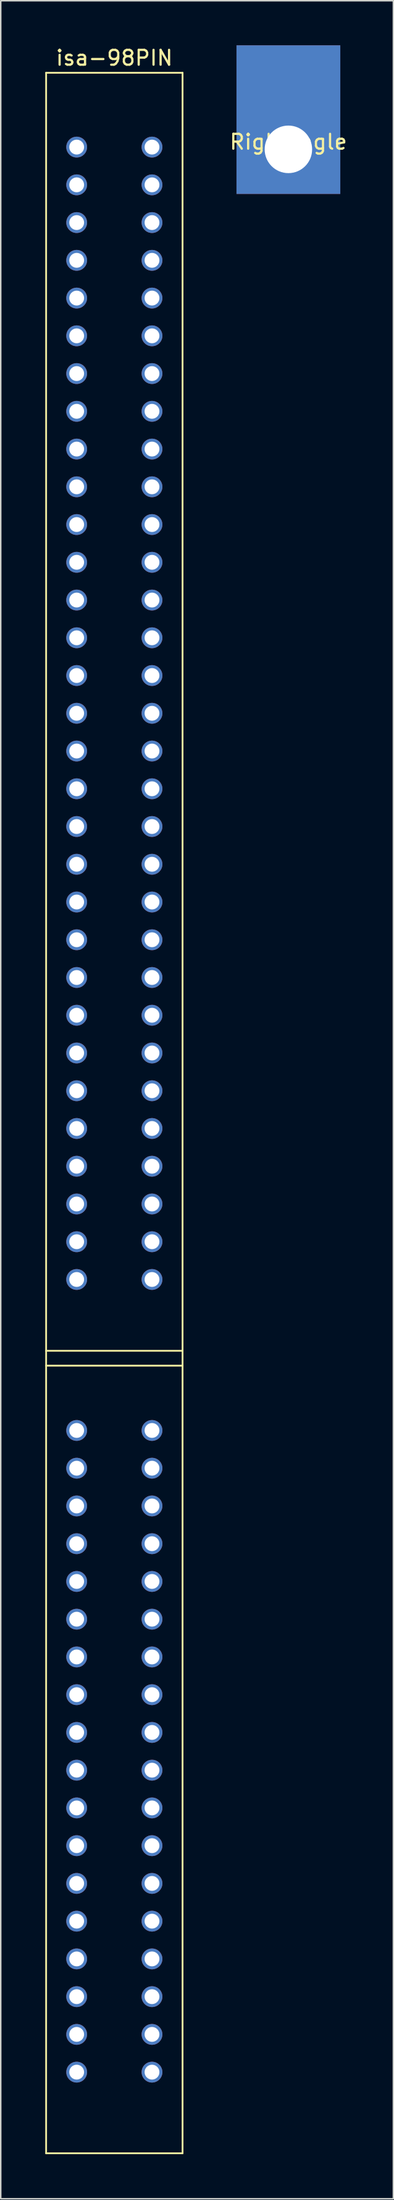
<source format=kicad_pcb>
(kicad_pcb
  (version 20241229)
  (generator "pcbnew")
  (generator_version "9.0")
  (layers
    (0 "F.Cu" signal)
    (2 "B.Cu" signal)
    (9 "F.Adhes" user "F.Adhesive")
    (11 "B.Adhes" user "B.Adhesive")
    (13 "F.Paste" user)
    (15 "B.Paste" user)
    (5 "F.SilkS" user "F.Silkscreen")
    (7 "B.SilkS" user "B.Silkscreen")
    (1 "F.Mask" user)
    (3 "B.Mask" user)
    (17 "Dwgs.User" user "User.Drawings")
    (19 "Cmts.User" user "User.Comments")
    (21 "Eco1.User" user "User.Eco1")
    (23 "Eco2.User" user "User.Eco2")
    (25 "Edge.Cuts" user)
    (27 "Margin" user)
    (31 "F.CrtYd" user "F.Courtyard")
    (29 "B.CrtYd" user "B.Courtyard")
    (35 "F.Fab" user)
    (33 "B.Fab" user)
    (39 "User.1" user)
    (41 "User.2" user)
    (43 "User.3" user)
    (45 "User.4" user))
  (footprint "RightAngle"
    (layer "F.Cu")
    (at 16.397 7)
    (property "Reference" "RightAngle" (at 0 -0.5 0) (unlocked yes) (layer "F.SilkS") (effects (font (size 1 1) (thickness 0.15))))
    (attr smd)
    (pad "1" thru_hole rect (at 0 0) (size 7 10) (drill 3.2 (offset 0 -2)) (layers "*.Cu" "*.Mask")))
  (footprint "isa-98PIN"
    (layer "F.Cu")
    (at 4.66 6.848)
    (property "Reference" "isa-98PIN" (at 0 -6 0) (layer "F.SilkS") (effects (font (size 1 1) (thickness 0.15))))
    (attr through_hole)
    (fp_line (start -4.6 -5) (end -4.6 135) (stroke (width 0.12) (type solid)) (layer "F.SilkS"))
    (fp_line (start -4.6 81) (end 4.6 81) (stroke (width 0.12) (type solid)) (layer "F.SilkS"))
    (fp_line (start -4.6 135) (end 4.6 135) (stroke (width 0.12) (type solid)) (layer "F.SilkS"))
    (fp_line (start 4.6 -5) (end -4.6 -5) (stroke (width 0.12) (type solid)) (layer "F.SilkS"))
    (fp_line (start 4.6 82) (end -4.6 82) (stroke (width 0.12) (type solid)) (layer "F.SilkS"))
    (fp_line (start 4.6 135) (end 4.6 -5) (stroke (width 0.12) (type solid)) (layer "F.SilkS"))
    (pad "1" thru_hole circle (at -2.54 0) (size 1.4 1.4) (drill 1) (layers "*.Cu" "*.Mask"))
    (pad "2" thru_hole circle (at -2.54 2.54) (size 1.4 1.4) (drill 1) (layers "*.Cu" "*.Mask"))
    (pad "3" thru_hole circle (at -2.54 5.08) (size 1.4 1.4) (drill 1) (layers "*.Cu" "*.Mask"))
    (pad "4" thru_hole circle (at -2.54 7.62) (size 1.4 1.4) (drill 1) (layers "*.Cu" "*.Mask"))
    (pad "5" thru_hole circle (at -2.54 10.16) (size 1.4 1.4) (drill 1) (layers "*.Cu" "*.Mask"))
    (pad "6" thru_hole circle (at -2.54 12.7) (size 1.4 1.4) (drill 1) (layers "*.Cu" "*.Mask"))
    (pad "7" thru_hole circle (at -2.54 15.24) (size 1.4 1.4) (drill 1) (layers "*.Cu" "*.Mask"))
    (pad "8" thru_hole circle (at -2.54 17.78) (size 1.4 1.4) (drill 1) (layers "*.Cu" "*.Mask"))
    (pad "9" thru_hole circle (at -2.54 20.32) (size 1.4 1.4) (drill 1) (layers "*.Cu" "*.Mask"))
    (pad "10" thru_hole circle (at -2.54 22.86) (size 1.4 1.4) (drill 1) (layers "*.Cu" "*.Mask"))
    (pad "11" thru_hole circle (at -2.54 25.4) (size 1.4 1.4) (drill 1) (layers "*.Cu" "*.Mask"))
    (pad "12" thru_hole circle (at -2.54 27.94) (size 1.4 1.4) (drill 1) (layers "*.Cu" "*.Mask"))
    (pad "13" thru_hole circle (at -2.54 30.48) (size 1.4 1.4) (drill 1) (layers "*.Cu" "*.Mask"))
    (pad "14" thru_hole circle (at -2.54 33.02) (size 1.4 1.4) (drill 1) (layers "*.Cu" "*.Mask"))
    (pad "15" thru_hole circle (at -2.54 35.56) (size 1.4 1.4) (drill 1) (layers "*.Cu" "*.Mask"))
    (pad "16" thru_hole circle (at -2.54 38.1) (size 1.4 1.4) (drill 1) (layers "*.Cu" "*.Mask"))
    (pad "17" thru_hole circle (at -2.54 40.64) (size 1.4 1.4) (drill 1) (layers "*.Cu" "*.Mask"))
    (pad "18" thru_hole circle (at -2.54 43.18) (size 1.4 1.4) (drill 1) (layers "*.Cu" "*.Mask"))
    (pad "19" thru_hole circle (at -2.54 45.72) (size 1.4 1.4) (drill 1) (layers "*.Cu" "*.Mask"))
    (pad "20" thru_hole circle (at -2.54 48.26) (size 1.4 1.4) (drill 1) (layers "*.Cu" "*.Mask"))
    (pad "21" thru_hole circle (at -2.54 50.8) (size 1.4 1.4) (drill 1) (layers "*.Cu" "*.Mask"))
    (pad "22" thru_hole circle (at -2.54 53.34) (size 1.4 1.4) (drill 1) (layers "*.Cu" "*.Mask"))
    (pad "23" thru_hole circle (at -2.54 55.88) (size 1.4 1.4) (drill 1) (layers "*.Cu" "*.Mask"))
    (pad "24" thru_hole circle (at -2.54 58.42) (size 1.4 1.4) (drill 1) (layers "*.Cu" "*.Mask"))
    (pad "25" thru_hole circle (at -2.54 60.96) (size 1.4 1.4) (drill 1) (layers "*.Cu" "*.Mask"))
    (pad "26" thru_hole circle (at -2.54 63.5) (size 1.4 1.4) (drill 1) (layers "*.Cu" "*.Mask"))
    (pad "27" thru_hole circle (at -2.54 66.04) (size 1.4 1.4) (drill 1) (layers "*.Cu" "*.Mask"))
    (pad "28" thru_hole circle (at -2.54 68.58) (size 1.4 1.4) (drill 1) (layers "*.Cu" "*.Mask"))
    (pad "29" thru_hole circle (at -2.54 71.12) (size 1.4 1.4) (drill 1) (layers "*.Cu" "*.Mask"))
    (pad "30" thru_hole circle (at -2.54 73.66) (size 1.4 1.4) (drill 1) (layers "*.Cu" "*.Mask"))
    (pad "31" thru_hole circle (at -2.54 76.2) (size 1.4 1.4) (drill 1) (layers "*.Cu" "*.Mask"))
    (pad "32" thru_hole circle (at 2.54 0) (size 1.4 1.4) (drill 1) (layers "*.Cu" "*.Mask"))
    (pad "33" thru_hole circle (at 2.54 2.54) (size 1.4 1.4) (drill 1) (layers "*.Cu" "*.Mask"))
    (pad "34" thru_hole circle (at 2.54 5.08) (size 1.4 1.4) (drill 1) (layers "*.Cu" "*.Mask"))
    (pad "35" thru_hole circle (at 2.54 7.62) (size 1.4 1.4) (drill 1) (layers "*.Cu" "*.Mask"))
    (pad "36" thru_hole circle (at 2.54 10.16) (size 1.4 1.4) (drill 1) (layers "*.Cu" "*.Mask"))
    (pad "37" thru_hole circle (at 2.54 12.7) (size 1.4 1.4) (drill 1) (layers "*.Cu" "*.Mask"))
    (pad "38" thru_hole circle (at 2.54 15.24) (size 1.4 1.4) (drill 1) (layers "*.Cu" "*.Mask"))
    (pad "39" thru_hole circle (at 2.54 17.78) (size 1.4 1.4) (drill 1) (layers "*.Cu" "*.Mask"))
    (pad "40" thru_hole circle (at 2.54 20.32) (size 1.4 1.4) (drill 1) (layers "*.Cu" "*.Mask"))
    (pad "41" thru_hole circle (at 2.54 22.86) (size 1.4 1.4) (drill 1) (layers "*.Cu" "*.Mask"))
    (pad "42" thru_hole circle (at 2.54 25.4) (size 1.4 1.4) (drill 1) (layers "*.Cu" "*.Mask"))
    (pad "43" thru_hole circle (at 2.54 27.94) (size 1.4 1.4) (drill 1) (layers "*.Cu" "*.Mask"))
    (pad "44" thru_hole circle (at 2.54 30.48) (size 1.4 1.4) (drill 1) (layers "*.Cu" "*.Mask"))
    (pad "45" thru_hole circle (at 2.54 33.02) (size 1.4 1.4) (drill 1) (layers "*.Cu" "*.Mask"))
    (pad "46" thru_hole circle (at 2.54 35.56) (size 1.4 1.4) (drill 1) (layers "*.Cu" "*.Mask"))
    (pad "47" thru_hole circle (at 2.54 38.1) (size 1.4 1.4) (drill 1) (layers "*.Cu" "*.Mask"))
    (pad "48" thru_hole circle (at 2.54 40.64) (size 1.4 1.4) (drill 1) (layers "*.Cu" "*.Mask"))
    (pad "49" thru_hole circle (at 2.54 43.18) (size 1.4 1.4) (drill 1) (layers "*.Cu" "*.Mask"))
    (pad "50" thru_hole circle (at 2.54 45.72) (size 1.4 1.4) (drill 1) (layers "*.Cu" "*.Mask"))
    (pad "51" thru_hole circle (at 2.54 48.26) (size 1.4 1.4) (drill 1) (layers "*.Cu" "*.Mask"))
    (pad "52" thru_hole circle (at 2.54 50.8) (size 1.4 1.4) (drill 1) (layers "*.Cu" "*.Mask"))
    (pad "53" thru_hole circle (at 2.54 53.34) (size 1.4 1.4) (drill 1) (layers "*.Cu" "*.Mask"))
    (pad "54" thru_hole circle (at 2.54 55.88) (size 1.4 1.4) (drill 1) (layers "*.Cu" "*.Mask"))
    (pad "55" thru_hole circle (at 2.54 58.42) (size 1.4 1.4) (drill 1) (layers "*.Cu" "*.Mask"))
    (pad "56" thru_hole circle (at 2.54 60.96) (size 1.4 1.4) (drill 1) (layers "*.Cu" "*.Mask"))
    (pad "57" thru_hole circle (at 2.54 63.5) (size 1.4 1.4) (drill 1) (layers "*.Cu" "*.Mask"))
    (pad "58" thru_hole circle (at 2.54 66.04) (size 1.4 1.4) (drill 1) (layers "*.Cu" "*.Mask"))
    (pad "59" thru_hole circle (at 2.54 68.58) (size 1.4 1.4) (drill 1) (layers "*.Cu" "*.Mask"))
    (pad "60" thru_hole circle (at 2.54 71.12) (size 1.4 1.4) (drill 1) (layers "*.Cu" "*.Mask"))
    (pad "61" thru_hole circle (at 2.54 73.66) (size 1.4 1.4) (drill 1) (layers "*.Cu" "*.Mask"))
    (pad "62" thru_hole circle (at 2.54 76.2) (size 1.4 1.4) (drill 1) (layers "*.Cu" "*.Mask"))
    (pad "63" thru_hole circle (at -2.54 86.36) (size 1.4 1.4) (drill 1) (layers "*.Cu" "*.Mask"))
    (pad "64" thru_hole circle (at -2.54 88.9) (size 1.4 1.4) (drill 1) (layers "*.Cu" "*.Mask"))
    (pad "65" thru_hole circle (at -2.54 91.44) (size 1.4 1.4) (drill 1) (layers "*.Cu" "*.Mask"))
    (pad "66" thru_hole circle (at -2.54 93.98) (size 1.4 1.4) (drill 1) (layers "*.Cu" "*.Mask"))
    (pad "67" thru_hole circle (at -2.54 96.52) (size 1.4 1.4) (drill 1) (layers "*.Cu" "*.Mask"))
    (pad "68" thru_hole circle (at -2.54 99.06) (size 1.4 1.4) (drill 1) (layers "*.Cu" "*.Mask"))
    (pad "69" thru_hole circle (at -2.54 101.6) (size 1.4 1.4) (drill 1) (layers "*.Cu" "*.Mask"))
    (pad "70" thru_hole circle (at -2.54 104.14) (size 1.4 1.4) (drill 1) (layers "*.Cu" "*.Mask"))
    (pad "71" thru_hole circle (at -2.54 106.68) (size 1.4 1.4) (drill 1) (layers "*.Cu" "*.Mask"))
    (pad "72" thru_hole circle (at -2.54 109.22) (size 1.4 1.4) (drill 1) (layers "*.Cu" "*.Mask"))
    (pad "73" thru_hole circle (at -2.54 111.76) (size 1.4 1.4) (drill 1) (layers "*.Cu" "*.Mask"))
    (pad "74" thru_hole circle (at -2.54 114.3) (size 1.4 1.4) (drill 1) (layers "*.Cu" "*.Mask"))
    (pad "75" thru_hole circle (at -2.54 116.84) (size 1.4 1.4) (drill 1) (layers "*.Cu" "*.Mask"))
    (pad "76" thru_hole circle (at -2.54 119.38) (size 1.4 1.4) (drill 1) (layers "*.Cu" "*.Mask"))
    (pad "77" thru_hole circle (at -2.54 121.92) (size 1.4 1.4) (drill 1) (layers "*.Cu" "*.Mask"))
    (pad "78" thru_hole circle (at -2.54 124.46) (size 1.4 1.4) (drill 1) (layers "*.Cu" "*.Mask"))
    (pad "79" thru_hole circle (at -2.54 127) (size 1.4 1.4) (drill 1) (layers "*.Cu" "*.Mask"))
    (pad "80" thru_hole circle (at -2.54 129.54) (size 1.4 1.4) (drill 1) (layers "*.Cu" "*.Mask"))
    (pad "81" thru_hole circle (at 2.54 86.36) (size 1.4 1.4) (drill 1) (layers "*.Cu" "*.Mask"))
    (pad "82" thru_hole circle (at 2.54 88.9) (size 1.4 1.4) (drill 1) (layers "*.Cu" "*.Mask"))
    (pad "83" thru_hole circle (at 2.54 91.44) (size 1.4 1.4) (drill 1) (layers "*.Cu" "*.Mask"))
    (pad "84" thru_hole circle (at 2.54 93.98) (size 1.4 1.4) (drill 1) (layers "*.Cu" "*.Mask"))
    (pad "85" thru_hole circle (at 2.54 96.52) (size 1.4 1.4) (drill 1) (layers "*.Cu" "*.Mask"))
    (pad "86" thru_hole circle (at 2.54 99.06) (size 1.4 1.4) (drill 1) (layers "*.Cu" "*.Mask"))
    (pad "87" thru_hole circle (at 2.54 101.6) (size 1.4 1.4) (drill 1) (layers "*.Cu" "*.Mask"))
    (pad "88" thru_hole circle (at 2.54 104.14) (size 1.4 1.4) (drill 1) (layers "*.Cu" "*.Mask"))
    (pad "89" thru_hole circle (at 2.54 106.68) (size 1.4 1.4) (drill 1) (layers "*.Cu" "*.Mask"))
    (pad "90" thru_hole circle (at 2.54 109.22) (size 1.4 1.4) (drill 1) (layers "*.Cu" "*.Mask"))
    (pad "91" thru_hole circle (at 2.54 111.76) (size 1.4 1.4) (drill 1) (layers "*.Cu" "*.Mask"))
    (pad "92" thru_hole circle (at 2.54 114.3) (size 1.4 1.4) (drill 1) (layers "*.Cu" "*.Mask"))
    (pad "93" thru_hole circle (at 2.54 116.84) (size 1.4 1.4) (drill 1) (layers "*.Cu" "*.Mask"))
    (pad "94" thru_hole circle (at 2.54 119.38) (size 1.4 1.4) (drill 1) (layers "*.Cu" "*.Mask"))
    (pad "95" thru_hole circle (at 2.54 121.92) (size 1.4 1.4) (drill 1) (layers "*.Cu" "*.Mask"))
    (pad "96" thru_hole circle (at 2.54 124.46) (size 1.4 1.4) (drill 1) (layers "*.Cu" "*.Mask"))
    (pad "97" thru_hole circle (at 2.54 127) (size 1.4 1.4) (drill 1) (layers "*.Cu" "*.Mask"))
    (pad "98" thru_hole circle (at 2.54 129.54) (size 1.4 1.4) (drill 1) (layers "*.Cu" "*.Mask")))
  (gr_rect
    (start -3 -3)
    (end 23.475 144.908)
    (stroke (width 0.1) (type default))
    (fill no)
    (layer "Edge.Cuts")))
</source>
